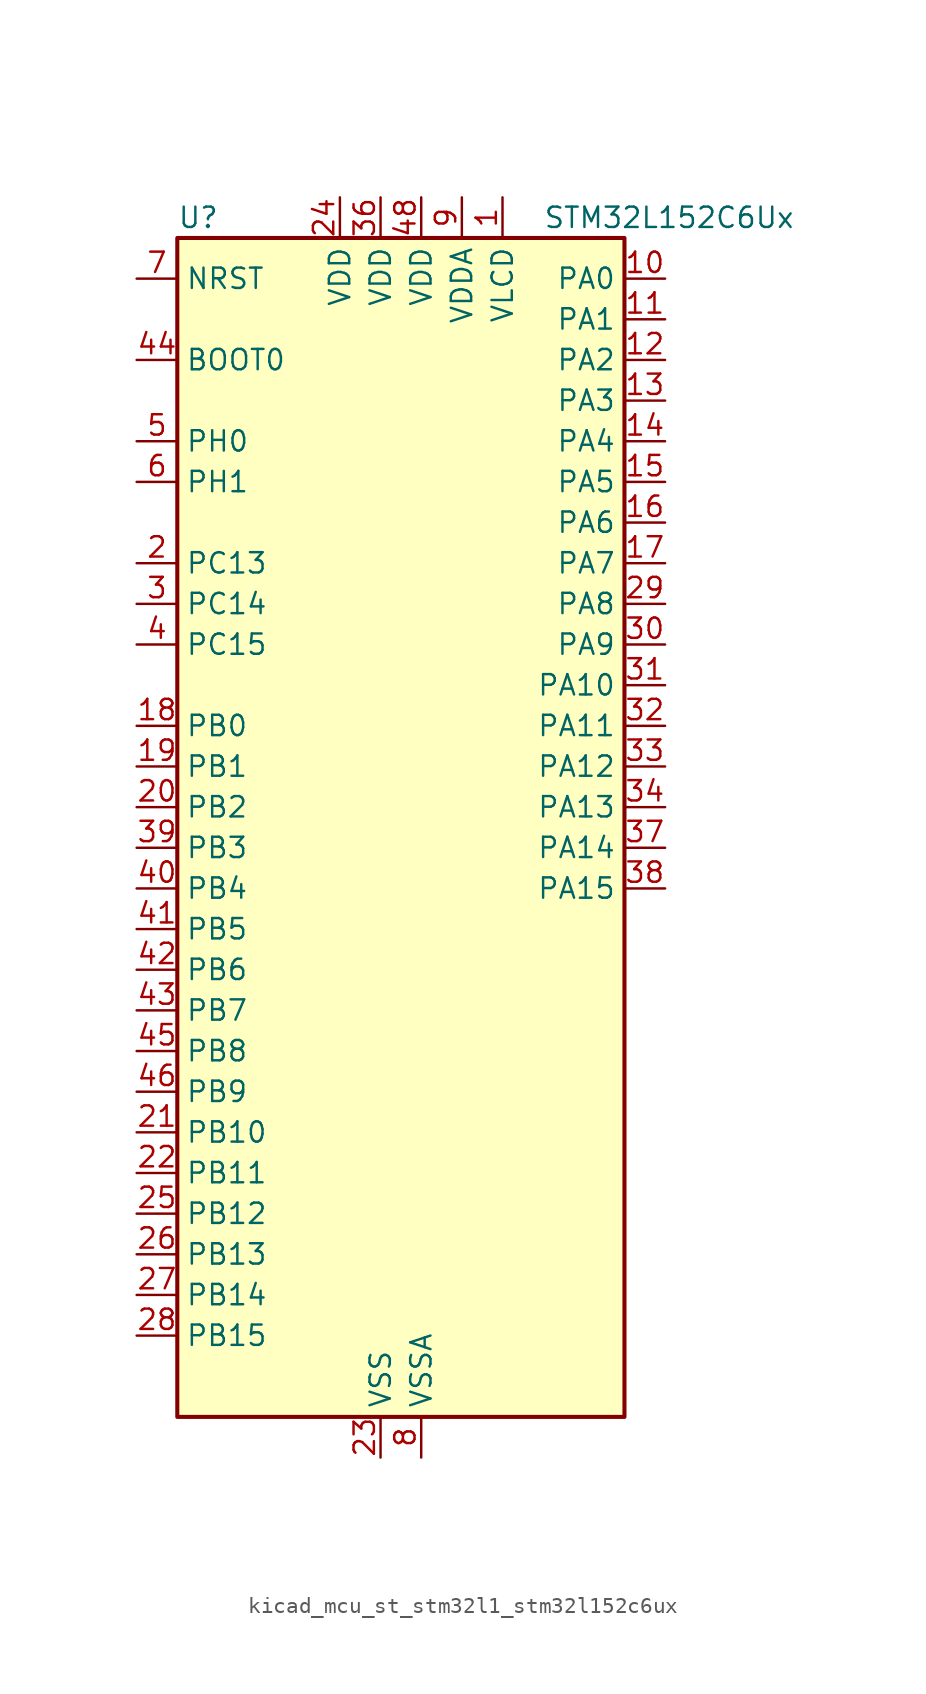
<source format=kicad_sym>
(kicad_symbol_lib
  (version 20220914)
  (generator kicad_symbol_editor)
  (symbol "kicad_mcu_st_stm32l1_stm32l152c6ux"
    (property "Reference" "U"
      (at -12.7 39.37 0)
      (effects (font (size 1.27 1.27)) (justify left)))
    (property "Value" "STM32L152C6Ux"
      (at 10.16 39.37 0)
      (effects (font (size 1.27 1.27)) (justify left)))
    (property "ki_locked" ""
      (at 0 0 0)
      (effects (font (size 1.27 1.27))))
    (symbol "kicad_mcu_st_stm32l1_stm32l152c6ux_0_1"
      (rectangle (start -12.7 -35.56) (end 15.24 38.1) (stroke (width 0.254) (type default)) (fill (type background))))
    (symbol "kicad_mcu_st_stm32l1_stm32l152c6ux_1_1"
      (pin power_in line (at 7.62 40.64 270) (length 2.54) (name "VLCD" (effects (font (size 1.27 1.27)))) (number "1" (effects (font (size 1.27 1.27)))))
      (pin bidirectional line (at 17.78 35.56 180) (length 2.54) (name "PA0" (effects (font (size 1.27 1.27)))) (number "10" (effects (font (size 1.27 1.27)))) (alternate "ADC_IN0" bidirectional line) (alternate "COMP1_INP" bidirectional line) (alternate "SYS_WKUP1" bidirectional line) (alternate "TIM2_CH1" bidirectional line) (alternate "TIM2_ETR" bidirectional line) (alternate "TIMX_IC1" bidirectional line) (alternate "TS_G1_IO1" bidirectional line) (alternate "USART2_CTS" bidirectional line))
      (pin bidirectional line (at 17.78 33.02 180) (length 2.54) (name "PA1" (effects (font (size 1.27 1.27)))) (number "11" (effects (font (size 1.27 1.27)))) (alternate "ADC_IN1" bidirectional line) (alternate "COMP1_INP" bidirectional line) (alternate "LCD_SEG0" bidirectional line) (alternate "TIM2_CH2" bidirectional line) (alternate "TIMX_IC2" bidirectional line) (alternate "TS_G1_IO2" bidirectional line) (alternate "USART2_RTS" bidirectional line))
      (pin bidirectional line (at 17.78 30.48 180) (length 2.54) (name "PA2" (effects (font (size 1.27 1.27)))) (number "12" (effects (font (size 1.27 1.27)))) (alternate "ADC_IN2" bidirectional line) (alternate "COMP1_INP" bidirectional line) (alternate "LCD_SEG1" bidirectional line) (alternate "TIM2_CH3" bidirectional line) (alternate "TIM9_CH1" bidirectional line) (alternate "TIMX_IC3" bidirectional line) (alternate "TS_G1_IO3" bidirectional line) (alternate "USART2_TX" bidirectional line))
      (pin bidirectional line (at 17.78 27.94 180) (length 2.54) (name "PA3" (effects (font (size 1.27 1.27)))) (number "13" (effects (font (size 1.27 1.27)))) (alternate "ADC_IN3" bidirectional line) (alternate "COMP1_INP" bidirectional line) (alternate "LCD_SEG2" bidirectional line) (alternate "TIM2_CH4" bidirectional line) (alternate "TIM9_CH2" bidirectional line) (alternate "TIMX_IC4" bidirectional line) (alternate "TS_G1_IO4" bidirectional line) (alternate "USART2_RX" bidirectional line))
      (pin bidirectional line (at 17.78 25.4 180) (length 2.54) (name "PA4" (effects (font (size 1.27 1.27)))) (number "14" (effects (font (size 1.27 1.27)))) (alternate "ADC_IN4" bidirectional line) (alternate "COMP1_INP" bidirectional line) (alternate "DAC_OUT1" bidirectional line) (alternate "SPI1_NSS" bidirectional line) (alternate "TIMX_IC1" bidirectional line) (alternate "USART2_CK" bidirectional line))
      (pin bidirectional line (at 17.78 22.86 180) (length 2.54) (name "PA5" (effects (font (size 1.27 1.27)))) (number "15" (effects (font (size 1.27 1.27)))) (alternate "ADC_IN5" bidirectional line) (alternate "COMP1_INP" bidirectional line) (alternate "DAC_OUT2" bidirectional line) (alternate "SPI1_SCK" bidirectional line) (alternate "TIM2_CH1" bidirectional line) (alternate "TIM2_ETR" bidirectional line) (alternate "TIMX_IC2" bidirectional line))
      (pin bidirectional line (at 17.78 20.32 180) (length 2.54) (name "PA6" (effects (font (size 1.27 1.27)))) (number "16" (effects (font (size 1.27 1.27)))) (alternate "ADC_IN6" bidirectional line) (alternate "COMP1_INP" bidirectional line) (alternate "LCD_SEG3" bidirectional line) (alternate "SPI1_MISO" bidirectional line) (alternate "TIM10_CH1" bidirectional line) (alternate "TIM3_CH1" bidirectional line) (alternate "TIMX_IC3" bidirectional line) (alternate "TS_G2_IO1" bidirectional line))
      (pin bidirectional line (at 17.78 17.78 180) (length 2.54) (name "PA7" (effects (font (size 1.27 1.27)))) (number "17" (effects (font (size 1.27 1.27)))) (alternate "ADC_IN7" bidirectional line) (alternate "COMP1_INP" bidirectional line) (alternate "LCD_SEG4" bidirectional line) (alternate "SPI1_MOSI" bidirectional line) (alternate "TIM11_CH1" bidirectional line) (alternate "TIM3_CH2" bidirectional line) (alternate "TIMX_IC4" bidirectional line) (alternate "TS_G2_IO2" bidirectional line))
      (pin bidirectional line (at -15.24 7.62 0) (length 2.54) (name "PB0" (effects (font (size 1.27 1.27)))) (number "18" (effects (font (size 1.27 1.27)))) (alternate "ADC_IN8" bidirectional line) (alternate "COMP1_INP" bidirectional line) (alternate "LCD_SEG5" bidirectional line) (alternate "SYS_V_REF_OUT" bidirectional line) (alternate "TIM3_CH3" bidirectional line) (alternate "TS_G3_IO1" bidirectional line))
      (pin bidirectional line (at -15.24 5.08 0) (length 2.54) (name "PB1" (effects (font (size 1.27 1.27)))) (number "19" (effects (font (size 1.27 1.27)))) (alternate "ADC_IN9" bidirectional line) (alternate "COMP1_INP" bidirectional line) (alternate "LCD_SEG6" bidirectional line) (alternate "SYS_V_REF_OUT" bidirectional line) (alternate "TIM3_CH4" bidirectional line) (alternate "TS_G3_IO2" bidirectional line))
      (pin bidirectional line (at -15.24 17.78 0) (length 2.54) (name "PC13" (effects (font (size 1.27 1.27)))) (number "2" (effects (font (size 1.27 1.27)))) (alternate "RTC_OUT_ALARM" bidirectional line) (alternate "RTC_OUT_CALIB" bidirectional line) (alternate "RTC_TAMP1" bidirectional line) (alternate "RTC_TS" bidirectional line) (alternate "SYS_WKUP2" bidirectional line) (alternate "TIMX_IC2" bidirectional line))
      (pin bidirectional line (at -15.24 2.54 0) (length 2.54) (name "PB2" (effects (font (size 1.27 1.27)))) (number "20" (effects (font (size 1.27 1.27)))))
      (pin bidirectional line (at -15.24 -17.78 0) (length 2.54) (name "PB10" (effects (font (size 1.27 1.27)))) (number "21" (effects (font (size 1.27 1.27)))) (alternate "I2C2_SCL" bidirectional line) (alternate "LCD_SEG10" bidirectional line) (alternate "TIM2_CH3" bidirectional line) (alternate "USART3_TX" bidirectional line))
      (pin bidirectional line (at -15.24 -20.32 0) (length 2.54) (name "PB11" (effects (font (size 1.27 1.27)))) (number "22" (effects (font (size 1.27 1.27)))) (alternate "ADC_EXTI11" bidirectional line) (alternate "I2C2_SDA" bidirectional line) (alternate "LCD_SEG11" bidirectional line) (alternate "TIM2_CH4" bidirectional line) (alternate "USART3_RX" bidirectional line))
      (pin power_in line (at 0 -38.1 90) (length 2.54) (name "VSS" (effects (font (size 1.27 1.27)))) (number "23" (effects (font (size 1.27 1.27)))))
      (pin power_in line (at -2.54 40.64 270) (length 2.54) (name "VDD" (effects (font (size 1.27 1.27)))) (number "24" (effects (font (size 1.27 1.27)))))
      (pin bidirectional line (at -15.24 -22.86 0) (length 2.54) (name "PB12" (effects (font (size 1.27 1.27)))) (number "25" (effects (font (size 1.27 1.27)))) (alternate "ADC_IN18" bidirectional line) (alternate "COMP1_INP" bidirectional line) (alternate "I2C2_SMBA" bidirectional line) (alternate "LCD_SEG12" bidirectional line) (alternate "SPI2_NSS" bidirectional line) (alternate "TIM10_CH1" bidirectional line) (alternate "TS_G7_IO1" bidirectional line) (alternate "USART3_CK" bidirectional line))
      (pin bidirectional line (at -15.24 -25.4 0) (length 2.54) (name "PB13" (effects (font (size 1.27 1.27)))) (number "26" (effects (font (size 1.27 1.27)))) (alternate "ADC_IN19" bidirectional line) (alternate "COMP1_INP" bidirectional line) (alternate "LCD_SEG13" bidirectional line) (alternate "SPI2_SCK" bidirectional line) (alternate "TIM9_CH1" bidirectional line) (alternate "TS_G7_IO2" bidirectional line) (alternate "USART3_CTS" bidirectional line))
      (pin bidirectional line (at -15.24 -27.94 0) (length 2.54) (name "PB14" (effects (font (size 1.27 1.27)))) (number "27" (effects (font (size 1.27 1.27)))) (alternate "ADC_IN20" bidirectional line) (alternate "COMP1_INP" bidirectional line) (alternate "LCD_SEG14" bidirectional line) (alternate "SPI2_MISO" bidirectional line) (alternate "TIM9_CH2" bidirectional line) (alternate "TS_G7_IO3" bidirectional line) (alternate "USART3_RTS" bidirectional line))
      (pin bidirectional line (at -15.24 -30.48 0) (length 2.54) (name "PB15" (effects (font (size 1.27 1.27)))) (number "28" (effects (font (size 1.27 1.27)))) (alternate "ADC_EXTI15" bidirectional line) (alternate "ADC_IN21" bidirectional line) (alternate "COMP1_INP" bidirectional line) (alternate "LCD_SEG15" bidirectional line) (alternate "RTC_REFIN" bidirectional line) (alternate "SPI2_MOSI" bidirectional line) (alternate "TIM11_CH1" bidirectional line) (alternate "TS_G7_IO4" bidirectional line))
      (pin bidirectional line (at 17.78 15.24 180) (length 2.54) (name "PA8" (effects (font (size 1.27 1.27)))) (number "29" (effects (font (size 1.27 1.27)))) (alternate "LCD_COM0" bidirectional line) (alternate "RCC_MCO" bidirectional line) (alternate "TIMX_IC1" bidirectional line) (alternate "TS_G4_IO1" bidirectional line) (alternate "USART1_CK" bidirectional line))
      (pin bidirectional line (at -15.24 15.24 0) (length 2.54) (name "PC14" (effects (font (size 1.27 1.27)))) (number "3" (effects (font (size 1.27 1.27)))) (alternate "RCC_OSC32_IN" bidirectional line) (alternate "TIMX_IC3" bidirectional line))
      (pin bidirectional line (at 17.78 12.7 180) (length 2.54) (name "PA9" (effects (font (size 1.27 1.27)))) (number "30" (effects (font (size 1.27 1.27)))) (alternate "DAC_EXTI9" bidirectional line) (alternate "LCD_COM1" bidirectional line) (alternate "TIMX_IC2" bidirectional line) (alternate "TS_G4_IO2" bidirectional line) (alternate "USART1_TX" bidirectional line))
      (pin bidirectional line (at 17.78 10.16 180) (length 2.54) (name "PA10" (effects (font (size 1.27 1.27)))) (number "31" (effects (font (size 1.27 1.27)))) (alternate "LCD_COM2" bidirectional line) (alternate "TIMX_IC3" bidirectional line) (alternate "TS_G4_IO3" bidirectional line) (alternate "USART1_RX" bidirectional line))
      (pin bidirectional line (at 17.78 7.62 180) (length 2.54) (name "PA11" (effects (font (size 1.27 1.27)))) (number "32" (effects (font (size 1.27 1.27)))) (alternate "ADC_EXTI11" bidirectional line) (alternate "SPI1_MISO" bidirectional line) (alternate "TIMX_IC4" bidirectional line) (alternate "USART1_CTS" bidirectional line) (alternate "USB_DM" bidirectional line))
      (pin bidirectional line (at 17.78 5.08 180) (length 2.54) (name "PA12" (effects (font (size 1.27 1.27)))) (number "33" (effects (font (size 1.27 1.27)))) (alternate "SPI1_MOSI" bidirectional line) (alternate "TIMX_IC1" bidirectional line) (alternate "USART1_RTS" bidirectional line) (alternate "USB_DP" bidirectional line))
      (pin bidirectional line (at 17.78 2.54 180) (length 2.54) (name "PA13" (effects (font (size 1.27 1.27)))) (number "34" (effects (font (size 1.27 1.27)))) (alternate "SYS_JTMS-SWDIO" bidirectional line) (alternate "TIMX_IC2" bidirectional line) (alternate "TS_G5_IO1" bidirectional line))
      (pin passive line (at 0 -38.1 90) (length 2.54) hide (name "VSS" (effects (font (size 1.27 1.27)))) (number "35" (effects (font (size 1.27 1.27)))))
      (pin power_in line (at 0 40.64 270) (length 2.54) (name "VDD" (effects (font (size 1.27 1.27)))) (number "36" (effects (font (size 1.27 1.27)))))
      (pin bidirectional line (at 17.78 0 180) (length 2.54) (name "PA14" (effects (font (size 1.27 1.27)))) (number "37" (effects (font (size 1.27 1.27)))) (alternate "SYS_JTCK-SWCLK" bidirectional line) (alternate "TIMX_IC3" bidirectional line) (alternate "TS_G5_IO2" bidirectional line))
      (pin bidirectional line (at 17.78 -2.54 180) (length 2.54) (name "PA15" (effects (font (size 1.27 1.27)))) (number "38" (effects (font (size 1.27 1.27)))) (alternate "ADC_EXTI15" bidirectional line) (alternate "LCD_SEG17" bidirectional line) (alternate "SPI1_NSS" bidirectional line) (alternate "SYS_JTDI" bidirectional line) (alternate "TIM2_CH1" bidirectional line) (alternate "TIM2_ETR" bidirectional line) (alternate "TIMX_IC4" bidirectional line) (alternate "TS_G5_IO3" bidirectional line))
      (pin bidirectional line (at -15.24 0 0) (length 2.54) (name "PB3" (effects (font (size 1.27 1.27)))) (number "39" (effects (font (size 1.27 1.27)))) (alternate "COMP2_INM" bidirectional line) (alternate "LCD_SEG7" bidirectional line) (alternate "SPI1_SCK" bidirectional line) (alternate "SYS_JTDO-TRACESWO" bidirectional line) (alternate "TIM2_CH2" bidirectional line))
      (pin bidirectional line (at -15.24 12.7 0) (length 2.54) (name "PC15" (effects (font (size 1.27 1.27)))) (number "4" (effects (font (size 1.27 1.27)))) (alternate "ADC_EXTI15" bidirectional line) (alternate "RCC_OSC32_OUT" bidirectional line) (alternate "TIMX_IC4" bidirectional line))
      (pin bidirectional line (at -15.24 -2.54 0) (length 2.54) (name "PB4" (effects (font (size 1.27 1.27)))) (number "40" (effects (font (size 1.27 1.27)))) (alternate "COMP2_INP" bidirectional line) (alternate "LCD_SEG8" bidirectional line) (alternate "SPI1_MISO" bidirectional line) (alternate "SYS_JTRST" bidirectional line) (alternate "TIM3_CH1" bidirectional line) (alternate "TS_G6_IO1" bidirectional line))
      (pin bidirectional line (at -15.24 -5.08 0) (length 2.54) (name "PB5" (effects (font (size 1.27 1.27)))) (number "41" (effects (font (size 1.27 1.27)))) (alternate "COMP2_INP" bidirectional line) (alternate "I2C1_SMBA" bidirectional line) (alternate "LCD_SEG9" bidirectional line) (alternate "SPI1_MOSI" bidirectional line) (alternate "TIM3_CH2" bidirectional line) (alternate "TS_G6_IO2" bidirectional line))
      (pin bidirectional line (at -15.24 -7.62 0) (length 2.54) (name "PB6" (effects (font (size 1.27 1.27)))) (number "42" (effects (font (size 1.27 1.27)))) (alternate "I2C1_SCL" bidirectional line) (alternate "TIM4_CH1" bidirectional line) (alternate "USART1_TX" bidirectional line))
      (pin bidirectional line (at -15.24 -10.16 0) (length 2.54) (name "PB7" (effects (font (size 1.27 1.27)))) (number "43" (effects (font (size 1.27 1.27)))) (alternate "I2C1_SDA" bidirectional line) (alternate "SYS_PVD_IN" bidirectional line) (alternate "TIM4_CH2" bidirectional line) (alternate "USART1_RX" bidirectional line))
      (pin input line (at -15.24 30.48 0) (length 2.54) (name "BOOT0" (effects (font (size 1.27 1.27)))) (number "44" (effects (font (size 1.27 1.27)))))
      (pin bidirectional line (at -15.24 -12.7 0) (length 2.54) (name "PB8" (effects (font (size 1.27 1.27)))) (number "45" (effects (font (size 1.27 1.27)))) (alternate "I2C1_SCL" bidirectional line) (alternate "LCD_SEG16" bidirectional line) (alternate "TIM10_CH1" bidirectional line) (alternate "TIM4_CH3" bidirectional line))
      (pin bidirectional line (at -15.24 -15.24 0) (length 2.54) (name "PB9" (effects (font (size 1.27 1.27)))) (number "46" (effects (font (size 1.27 1.27)))) (alternate "DAC_EXTI9" bidirectional line) (alternate "I2C1_SDA" bidirectional line) (alternate "LCD_COM3" bidirectional line) (alternate "TIM11_CH1" bidirectional line) (alternate "TIM4_CH4" bidirectional line))
      (pin passive line (at 0 -38.1 90) (length 2.54) hide (name "VSS" (effects (font (size 1.27 1.27)))) (number "47" (effects (font (size 1.27 1.27)))))
      (pin power_in line (at 2.54 40.64 270) (length 2.54) (name "VDD" (effects (font (size 1.27 1.27)))) (number "48" (effects (font (size 1.27 1.27)))))
      (pin passive line (at 0 -38.1 90) (length 2.54) hide (name "VSS" (effects (font (size 1.27 1.27)))) (number "49" (effects (font (size 1.27 1.27)))))
      (pin bidirectional line (at -15.24 25.4 0) (length 2.54) (name "PH0" (effects (font (size 1.27 1.27)))) (number "5" (effects (font (size 1.27 1.27)))) (alternate "RCC_OSC_IN" bidirectional line))
      (pin bidirectional line (at -15.24 22.86 0) (length 2.54) (name "PH1" (effects (font (size 1.27 1.27)))) (number "6" (effects (font (size 1.27 1.27)))) (alternate "RCC_OSC_OUT" bidirectional line))
      (pin input line (at -15.24 35.56 0) (length 2.54) (name "NRST" (effects (font (size 1.27 1.27)))) (number "7" (effects (font (size 1.27 1.27)))))
      (pin power_in line (at 2.54 -38.1 90) (length 2.54) (name "VSSA" (effects (font (size 1.27 1.27)))) (number "8" (effects (font (size 1.27 1.27)))))
      (pin power_in line (at 5.08 40.64 270) (length 2.54) (name "VDDA" (effects (font (size 1.27 1.27)))) (number "9" (effects (font (size 1.27 1.27))))))))
</source>
